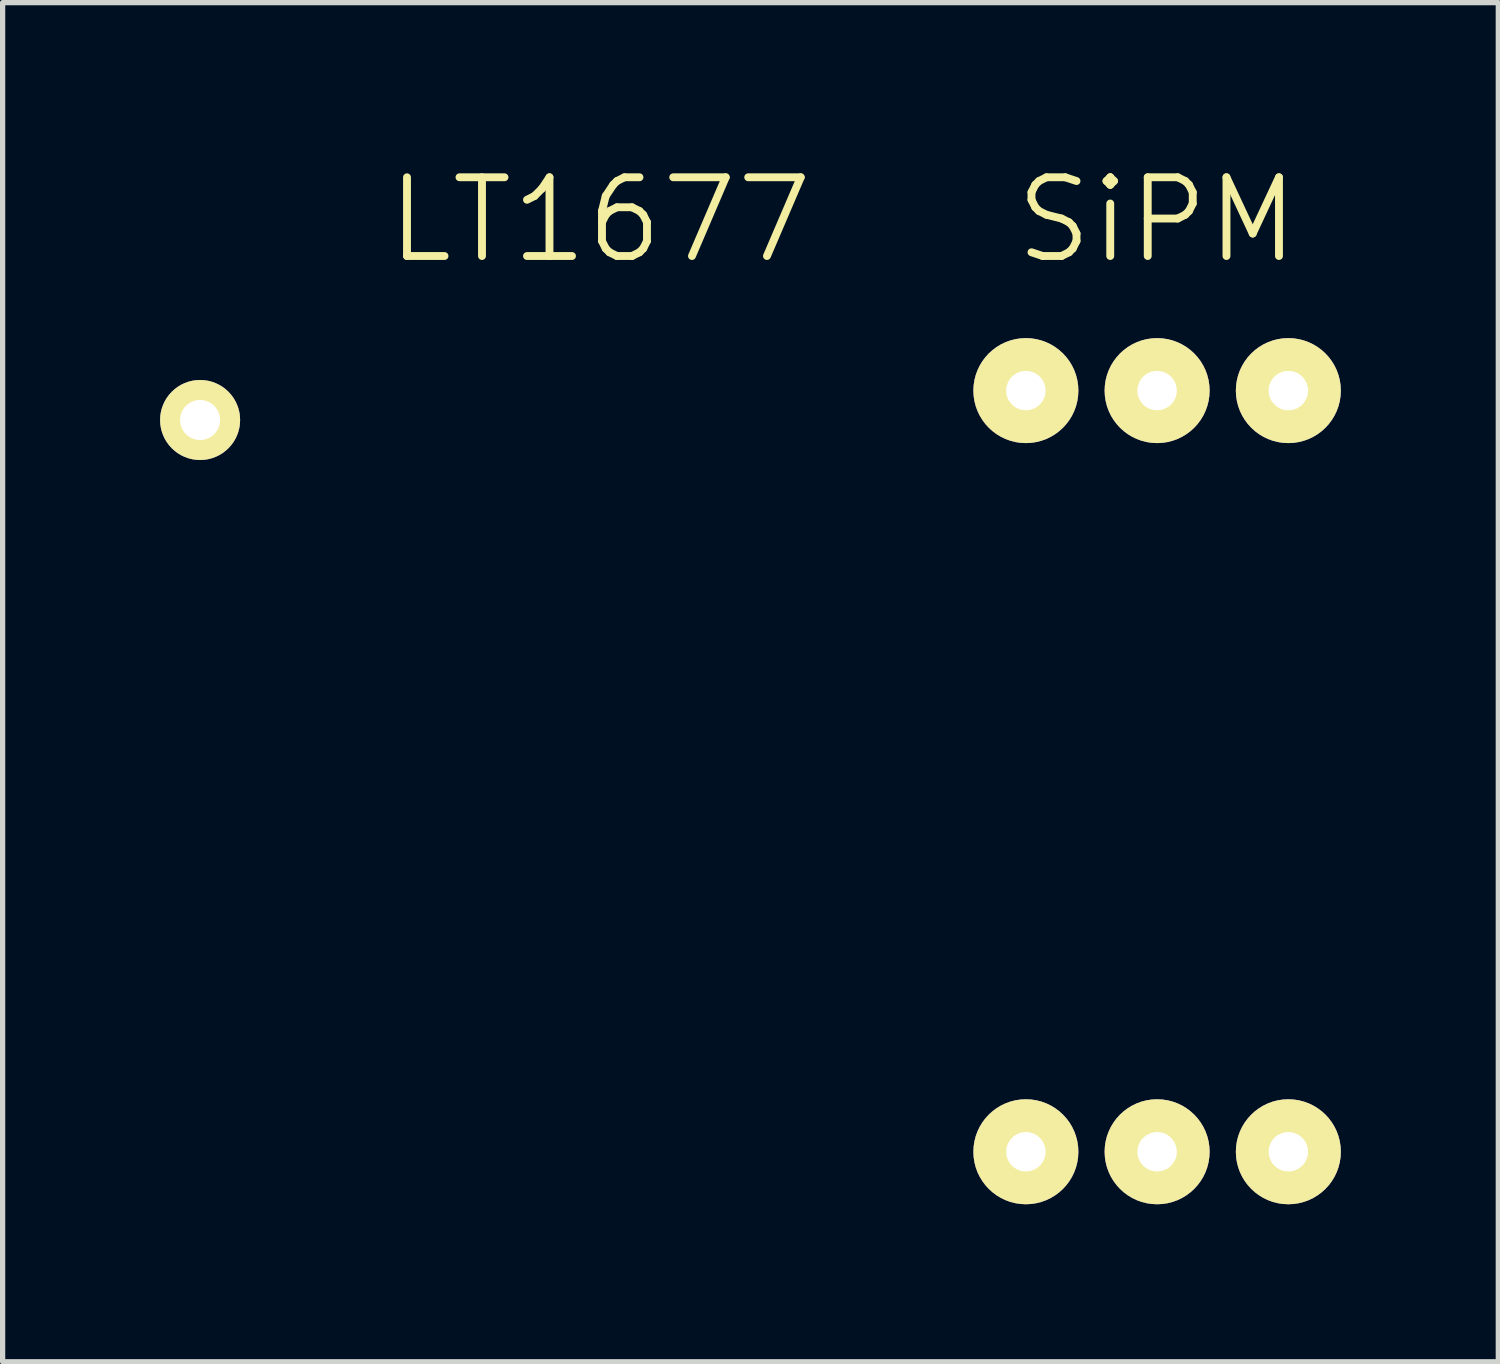
<source format=kicad_pcb>
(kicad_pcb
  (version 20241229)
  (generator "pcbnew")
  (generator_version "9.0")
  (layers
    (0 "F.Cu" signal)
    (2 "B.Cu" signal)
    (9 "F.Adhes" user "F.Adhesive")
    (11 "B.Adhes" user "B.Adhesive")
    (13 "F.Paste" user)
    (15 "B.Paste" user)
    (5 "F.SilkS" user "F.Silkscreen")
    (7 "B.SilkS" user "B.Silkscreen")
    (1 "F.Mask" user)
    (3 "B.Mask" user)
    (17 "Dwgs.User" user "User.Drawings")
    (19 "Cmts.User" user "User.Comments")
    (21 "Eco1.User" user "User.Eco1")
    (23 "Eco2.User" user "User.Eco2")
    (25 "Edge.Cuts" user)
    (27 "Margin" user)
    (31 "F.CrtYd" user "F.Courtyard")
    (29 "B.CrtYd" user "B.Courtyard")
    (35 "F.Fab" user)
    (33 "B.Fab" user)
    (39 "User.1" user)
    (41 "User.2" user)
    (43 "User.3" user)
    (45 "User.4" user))
  (footprint "SiPM"
    (layer "F.Cu")
    (at 18.993 11.641)
    (property "Reference" "SiPM" (at 0 -10.5 0) (layer "F.SilkS") (effects (font (size 1.5 1.5) (thickness 0.15))))
    (attr through_hole)
    (pad "1" thru_hole circle (at 2.5 -7.25) (size 2 2) (drill 0.75) (layers "*.Cu" "*.Mask" "F.SilkS"))
    (pad "2" thru_hole circle (at 0 -7.25) (size 2 2) (drill 0.75) (layers "*.Cu" "*.Mask" "F.SilkS"))
    (pad "3" thru_hole circle (at -2.5 -7.25) (size 2 2) (drill 0.75) (layers "*.Cu" "*.Mask" "F.SilkS"))
    (pad "4" thru_hole circle (at 2.5 7.25) (size 2 2) (drill 0.75) (layers "*.Cu" "*.Mask" "F.SilkS"))
    (pad "5" thru_hole circle (at 0 7.25) (size 2 2) (drill 0.75) (layers "*.Cu" "*.Mask" "F.SilkS"))
    (pad "6" thru_hole circle (at -2.5 7.25) (size 2 2) (drill 0.75) (layers "*.Cu" "*.Mask" "F.SilkS")))
  (footprint "LT1677"
    (layer "F.Cu")
    (at 8.382 4.951)
    (property "Reference" "LT1677" (at 0 -3.81 0) (layer "F.SilkS") (effects (font (size 1.5 1.5) (thickness 0.15))))
    (attr through_hole)
    (pad "1" thru_hole circle (at -7.62 0) (size 1.524 1.524) (drill 0.762) (layers "*.Cu" "*.Mask" "F.SilkS")))
  (gr_rect
    (start -3 -3)
    (end 25.493 22.891)
    (stroke (width 0.1) (type default))
    (fill no)
    (layer "Edge.Cuts")))
</source>
